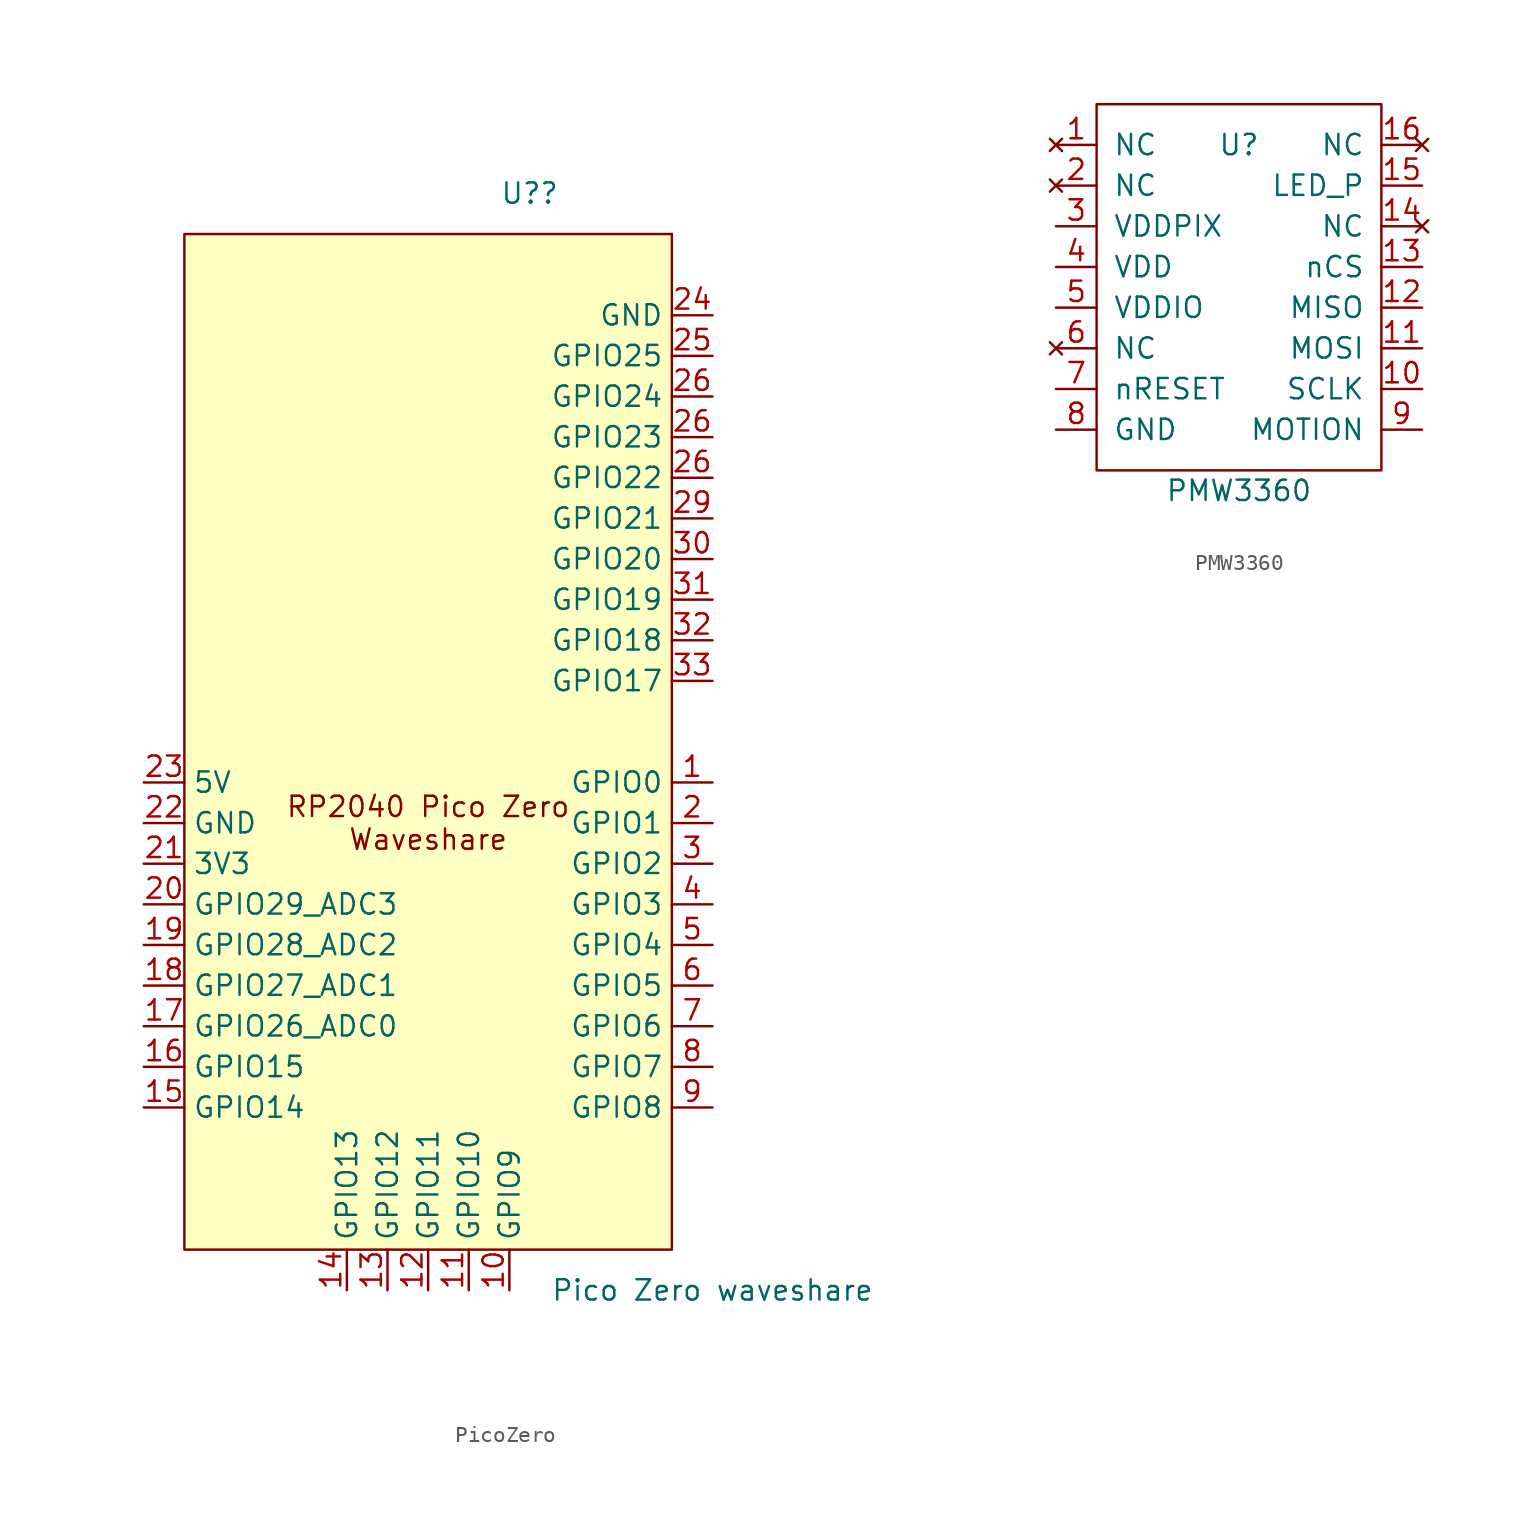
<source format=kicad_sym>
(kicad_symbol_lib
  (version 20220914)
  (generator kicad_symbol_editor)
  (symbol "PicoZero"
    (property "Reference" "U?"
      (at 6.35 54.61 0)
      (effects (font (size 1.27 1.27))))
    (property "Value" "Pico Zero waveshare"
      (at 17.78 -13.97 0)
      (effects (font (size 1.27 1.27))))
    (symbol "PicoZero_0_1"
      (rectangle (start -15.24 52.07) (end 15.24 -11.43) (stroke (width 0) (type default)) (fill (type background))))
    (symbol "PicoZero_1_0"
      (text "RP2040 Pico Zero\nWaveshare" (at 0 15.24 0) (effects (font (size 1.27 1.27)))))
    (symbol "PicoZero_1_1"
      (pin bidirectional line (at 17.78 17.78 180) (length 2.54) (name "GPIO0" (effects (font (size 1.27 1.27)))) (number "1" (effects (font (size 1.27 1.27)))))
      (pin bidirectional line (at 5.08 -13.97 90) (length 2.54) (name "GPIO9" (effects (font (size 1.27 1.27)))) (number "10" (effects (font (size 1.27 1.27)))))
      (pin bidirectional line (at 2.54 -13.97 90) (length 2.54) (name "GPIO10" (effects (font (size 1.27 1.27)))) (number "11" (effects (font (size 1.27 1.27)))))
      (pin bidirectional line (at 0 -13.97 90) (length 2.54) (name "GPIO11" (effects (font (size 1.27 1.27)))) (number "12" (effects (font (size 1.27 1.27)))))
      (pin bidirectional line (at -2.54 -13.97 90) (length 2.54) (name "GPIO12" (effects (font (size 1.27 1.27)))) (number "13" (effects (font (size 1.27 1.27)))))
      (pin bidirectional line (at -5.08 -13.97 90) (length 2.54) (name "GPIO13" (effects (font (size 1.27 1.27)))) (number "14" (effects (font (size 1.27 1.27)))))
      (pin bidirectional line (at -17.78 -2.54 0) (length 2.54) (name "GPIO14" (effects (font (size 1.27 1.27)))) (number "15" (effects (font (size 1.27 1.27)))))
      (pin bidirectional line (at -17.78 0 0) (length 2.54) (name "GPIO15" (effects (font (size 1.27 1.27)))) (number "16" (effects (font (size 1.27 1.27)))))
      (pin bidirectional line (at -17.78 2.54 0) (length 2.54) (name "GPIO26_ADC0" (effects (font (size 1.27 1.27)))) (number "17" (effects (font (size 1.27 1.27)))))
      (pin bidirectional line (at -17.78 5.08 0) (length 2.54) (name "GPIO27_ADC1" (effects (font (size 1.27 1.27)))) (number "18" (effects (font (size 1.27 1.27)))))
      (pin bidirectional line (at -17.78 7.62 0) (length 2.54) (name "GPIO28_ADC2" (effects (font (size 1.27 1.27)))) (number "19" (effects (font (size 1.27 1.27)))))
      (pin bidirectional line (at 17.78 15.24 180) (length 2.54) (name "GPIO1" (effects (font (size 1.27 1.27)))) (number "2" (effects (font (size 1.27 1.27)))))
      (pin bidirectional line (at -17.78 10.16 0) (length 2.54) (name "GPIO29_ADC3" (effects (font (size 1.27 1.27)))) (number "20" (effects (font (size 1.27 1.27)))))
      (pin power_in line (at -17.78 12.7 0) (length 2.54) (name "3V3" (effects (font (size 1.27 1.27)))) (number "21" (effects (font (size 1.27 1.27)))))
      (pin power_in line (at -17.78 15.24 0) (length 2.54) (name "GND" (effects (font (size 1.27 1.27)))) (number "22" (effects (font (size 1.27 1.27)))))
      (pin power_in line (at -17.78 17.78 0) (length 2.54) (name "5V" (effects (font (size 1.27 1.27)))) (number "23" (effects (font (size 1.27 1.27)))))
      (pin power_in line (at 17.78 46.99 180) (length 2.54) (name "GND" (effects (font (size 1.27 1.27)))) (number "24" (effects (font (size 1.27 1.27)))))
      (pin bidirectional line (at 17.78 44.45 180) (length 2.54) (name "GPIO25" (effects (font (size 1.27 1.27)))) (number "25" (effects (font (size 1.27 1.27)))))
      (pin bidirectional line (at 17.78 36.83 180) (length 2.54) (name "GPIO22" (effects (font (size 1.27 1.27)))) (number "26" (effects (font (size 1.27 1.27)))))
      (pin bidirectional line (at 17.78 39.37 180) (length 2.54) (name "GPIO23" (effects (font (size 1.27 1.27)))) (number "26" (effects (font (size 1.27 1.27)))))
      (pin bidirectional line (at 17.78 41.91 180) (length 2.54) (name "GPIO24" (effects (font (size 1.27 1.27)))) (number "26" (effects (font (size 1.27 1.27)))))
      (pin bidirectional line (at 17.78 34.29 180) (length 2.54) (name "GPIO21" (effects (font (size 1.27 1.27)))) (number "29" (effects (font (size 1.27 1.27)))))
      (pin bidirectional line (at 17.78 12.7 180) (length 2.54) (name "GPIO2" (effects (font (size 1.27 1.27)))) (number "3" (effects (font (size 1.27 1.27)))))
      (pin bidirectional line (at 17.78 31.75 180) (length 2.54) (name "GPIO20" (effects (font (size 1.27 1.27)))) (number "30" (effects (font (size 1.27 1.27)))))
      (pin bidirectional line (at 17.78 29.21 180) (length 2.54) (name "GPIO19" (effects (font (size 1.27 1.27)))) (number "31" (effects (font (size 1.27 1.27)))))
      (pin bidirectional line (at 17.78 26.67 180) (length 2.54) (name "GPIO18" (effects (font (size 1.27 1.27)))) (number "32" (effects (font (size 1.27 1.27)))))
      (pin bidirectional line (at 17.78 24.13 180) (length 2.54) (name "GPIO17" (effects (font (size 1.27 1.27)))) (number "33" (effects (font (size 1.27 1.27)))))
      (pin bidirectional line (at 17.78 10.16 180) (length 2.54) (name "GPIO3" (effects (font (size 1.27 1.27)))) (number "4" (effects (font (size 1.27 1.27)))))
      (pin bidirectional line (at 17.78 7.62 180) (length 2.54) (name "GPIO4" (effects (font (size 1.27 1.27)))) (number "5" (effects (font (size 1.27 1.27)))))
      (pin bidirectional line (at 17.78 5.08 180) (length 2.54) (name "GPIO5" (effects (font (size 1.27 1.27)))) (number "6" (effects (font (size 1.27 1.27)))))
      (pin bidirectional line (at 17.78 2.54 180) (length 2.54) (name "GPIO6" (effects (font (size 1.27 1.27)))) (number "7" (effects (font (size 1.27 1.27)))))
      (pin bidirectional line (at 17.78 0 180) (length 2.54) (name "GPIO7" (effects (font (size 1.27 1.27)))) (number "8" (effects (font (size 1.27 1.27)))))
      (pin bidirectional line (at 17.78 -2.54 180) (length 2.54) (name "GPIO8" (effects (font (size 1.27 1.27)))) (number "9" (effects (font (size 1.27 1.27)))))))
  (symbol "PMW3360"
    (pin_names
      (offset 1.016))
    (property "Reference" "U"
      (at 0 8.89 0)
      (effects (font (size 1.27 1.27))))
    (property "Value" "PMW3360"
      (at 0 -12.7 0)
      (effects (font (size 1.27 1.27))))
    (symbol "PMW3360_0_1"
      (rectangle (start -8.89 11.43) (end 8.89 -11.43) (stroke (width 0) (type default)) (fill (type none))))
    (symbol "PMW3360_1_1"
      (pin no_connect line (at -11.43 8.89 0) (length 2.54) (name "NC" (effects (font (size 1.27 1.27)))) (number "1" (effects (font (size 1.27 1.27)))))
      (pin input line (at 11.43 -6.35 180) (length 2.54) (name "SCLK" (effects (font (size 1.27 1.27)))) (number "10" (effects (font (size 1.27 1.27)))))
      (pin input line (at 11.43 -3.81 180) (length 2.54) (name "MOSI" (effects (font (size 1.27 1.27)))) (number "11" (effects (font (size 1.27 1.27)))))
      (pin input line (at 11.43 -1.27 180) (length 2.54) (name "MISO" (effects (font (size 1.27 1.27)))) (number "12" (effects (font (size 1.27 1.27)))))
      (pin input line (at 11.43 1.27 180) (length 2.54) (name "nCS" (effects (font (size 1.27 1.27)))) (number "13" (effects (font (size 1.27 1.27)))))
      (pin no_connect line (at 11.43 3.81 180) (length 2.54) (name "NC" (effects (font (size 1.27 1.27)))) (number "14" (effects (font (size 1.27 1.27)))))
      (pin input line (at 11.43 6.35 180) (length 2.54) (name "LED_P" (effects (font (size 1.27 1.27)))) (number "15" (effects (font (size 1.27 1.27)))))
      (pin no_connect line (at 11.43 8.89 180) (length 2.54) (name "NC" (effects (font (size 1.27 1.27)))) (number "16" (effects (font (size 1.27 1.27)))))
      (pin no_connect line (at -11.43 6.35 0) (length 2.54) (name "NC" (effects (font (size 1.27 1.27)))) (number "2" (effects (font (size 1.27 1.27)))))
      (pin input line (at -11.43 3.81 0) (length 2.54) (name "VDDPIX" (effects (font (size 1.27 1.27)))) (number "3" (effects (font (size 1.27 1.27)))))
      (pin input line (at -11.43 1.27 0) (length 2.54) (name "VDD" (effects (font (size 1.27 1.27)))) (number "4" (effects (font (size 1.27 1.27)))))
      (pin input line (at -11.43 -1.27 0) (length 2.54) (name "VDDIO" (effects (font (size 1.27 1.27)))) (number "5" (effects (font (size 1.27 1.27)))))
      (pin no_connect line (at -11.43 -3.81 0) (length 2.54) (name "NC" (effects (font (size 1.27 1.27)))) (number "6" (effects (font (size 1.27 1.27)))))
      (pin input line (at -11.43 -6.35 0) (length 2.54) (name "nRESET" (effects (font (size 1.27 1.27)))) (number "7" (effects (font (size 1.27 1.27)))))
      (pin input line (at -11.43 -8.89 0) (length 2.54) (name "GND" (effects (font (size 1.27 1.27)))) (number "8" (effects (font (size 1.27 1.27)))))
      (pin input line (at 11.43 -8.89 180) (length 2.54) (name "MOTION" (effects (font (size 1.27 1.27)))) (number "9" (effects (font (size 1.27 1.27))))))))
</source>
